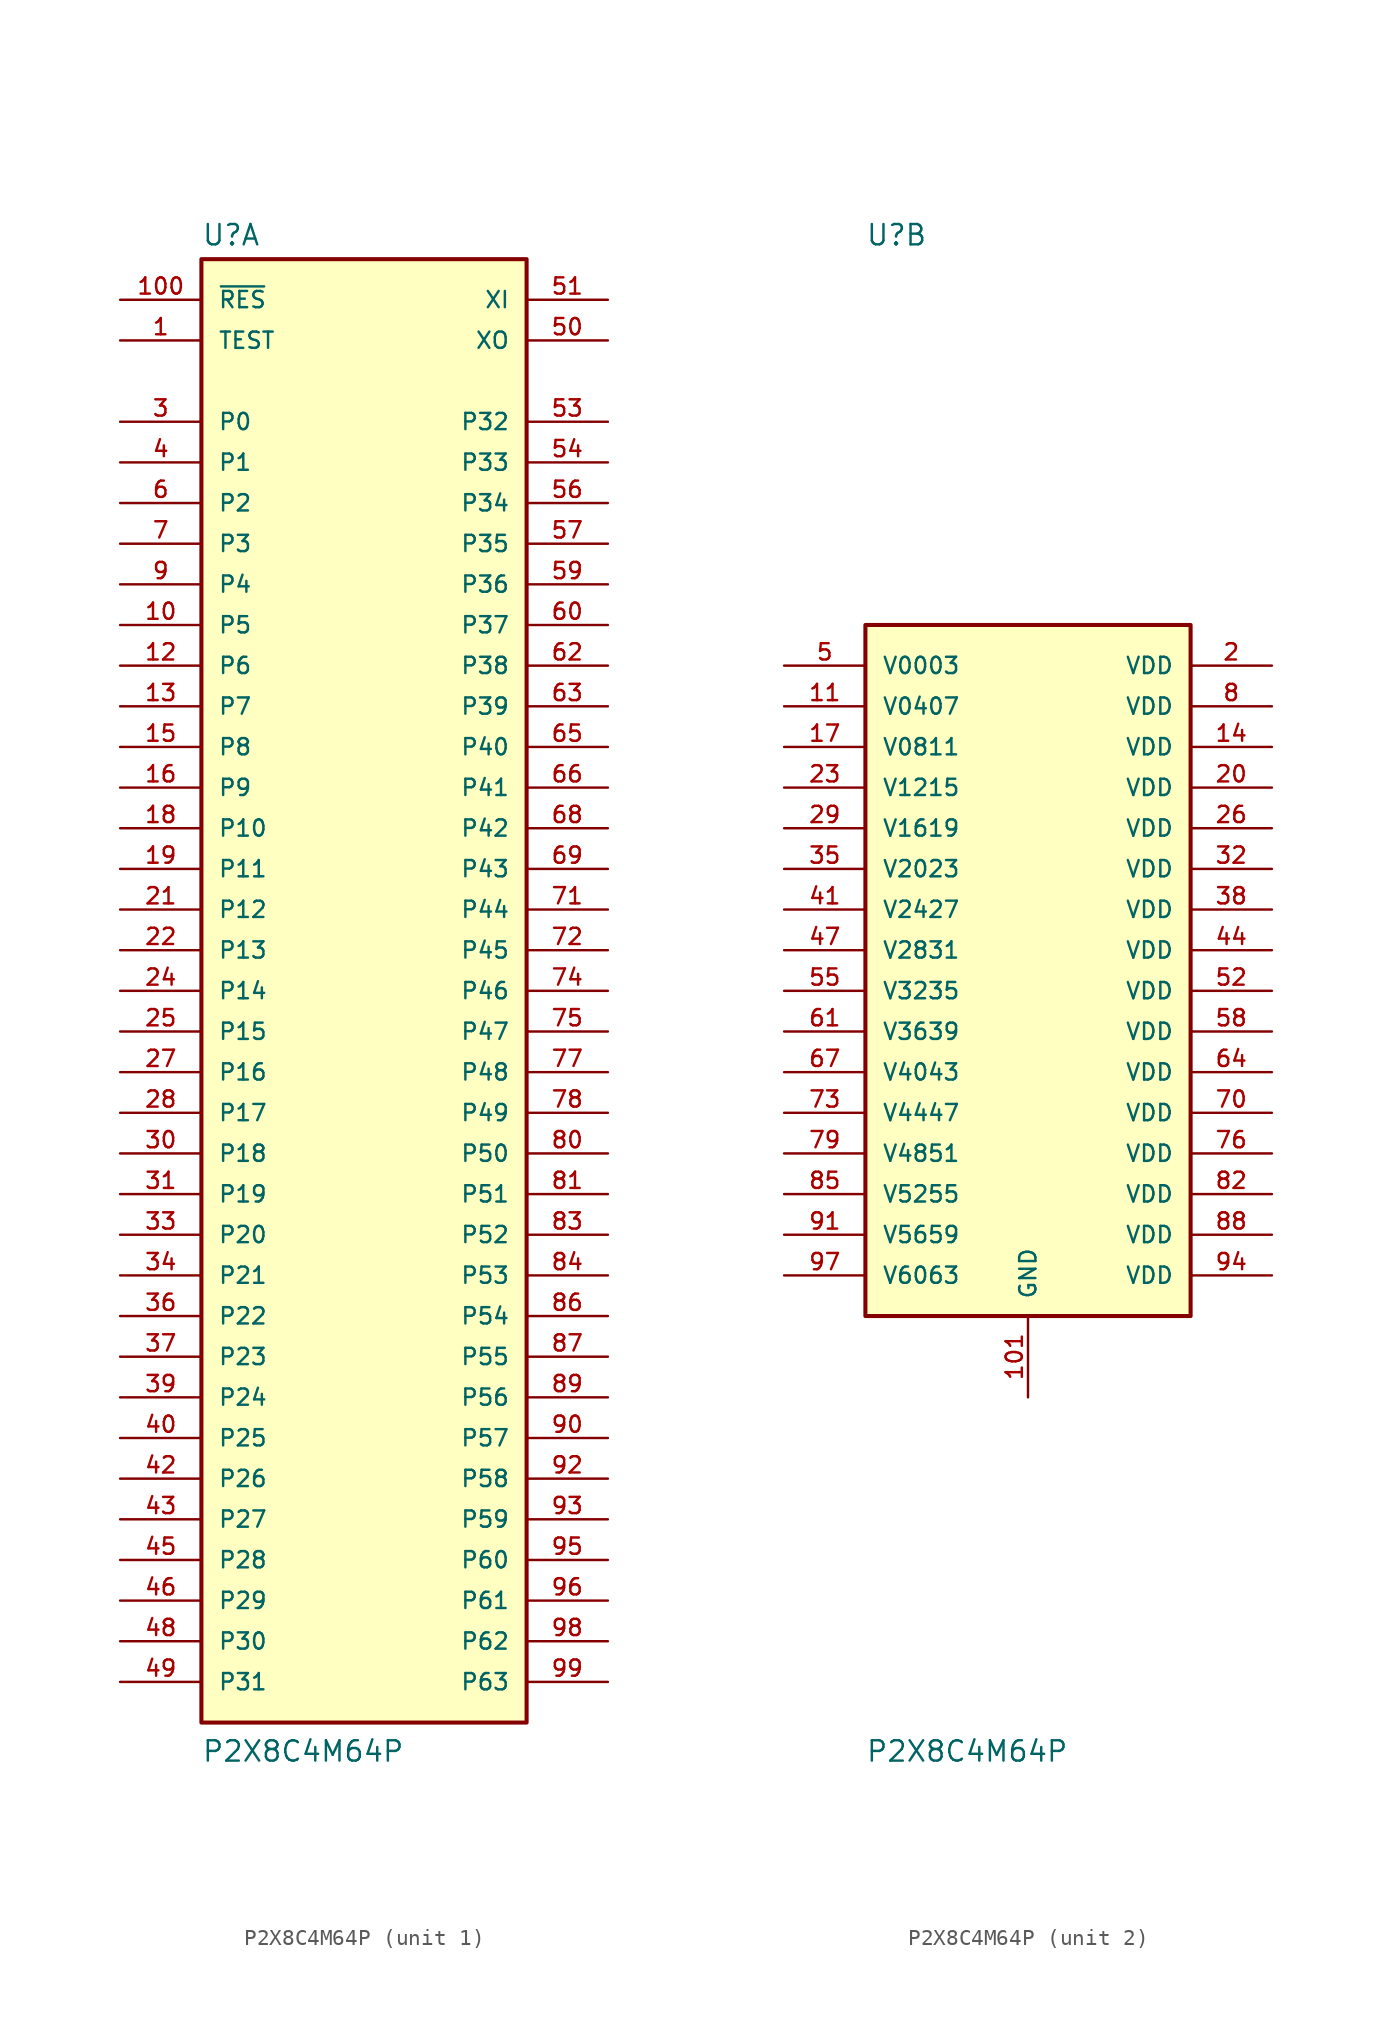
<source format=kicad_sym>
(kicad_symbol_lib
  (version 20241209)
  (generator "kicad_symbol_editor")
  (generator_version "9.0")
  (symbol "P2X8C4M64P"
    (pin_names
      (offset 1.016))
    (property "Reference" "U"
      (at -10.16 46.482 0)
      (effects (font (size 1.27 1.27)) (justify left bottom)))
    (property "Value" "P2X8C4M64P"
      (at -10.16 -48.26 0)
      (effects (font (size 1.27 1.27)) (justify left bottom)))
    (symbol "P2X8C4M64P_1_0"
      (rectangle (start -10.16 -45.72) (end 10.16 45.72) (stroke (width 0.254) (type default)) (fill (type background)))
      (pin input line (at -15.24 43.18 0) (length 5.08) (name "~{RES}" (effects (font (size 1.016 1.016)))) (number "100" (effects (font (size 1.016 1.016)))))
      (pin input line (at -15.24 40.64 0) (length 5.08) (name "TEST" (effects (font (size 1.016 1.016)))) (number "1" (effects (font (size 1.016 1.016)))))
      (pin bidirectional line (at -15.24 35.56 0) (length 5.08) (name "P0" (effects (font (size 1.016 1.016)))) (number "3" (effects (font (size 1.016 1.016)))))
      (pin bidirectional line (at -15.24 33.02 0) (length 5.08) (name "P1" (effects (font (size 1.016 1.016)))) (number "4" (effects (font (size 1.016 1.016)))))
      (pin bidirectional line (at -15.24 30.48 0) (length 5.08) (name "P2" (effects (font (size 1.016 1.016)))) (number "6" (effects (font (size 1.016 1.016)))))
      (pin bidirectional line (at -15.24 27.94 0) (length 5.08) (name "P3" (effects (font (size 1.016 1.016)))) (number "7" (effects (font (size 1.016 1.016)))))
      (pin bidirectional line (at -15.24 25.4 0) (length 5.08) (name "P4" (effects (font (size 1.016 1.016)))) (number "9" (effects (font (size 1.016 1.016)))))
      (pin bidirectional line (at -15.24 22.86 0) (length 5.08) (name "P5" (effects (font (size 1.016 1.016)))) (number "10" (effects (font (size 1.016 1.016)))))
      (pin bidirectional line (at -15.24 20.32 0) (length 5.08) (name "P6" (effects (font (size 1.016 1.016)))) (number "12" (effects (font (size 1.016 1.016)))))
      (pin bidirectional line (at -15.24 17.78 0) (length 5.08) (name "P7" (effects (font (size 1.016 1.016)))) (number "13" (effects (font (size 1.016 1.016)))))
      (pin bidirectional line (at -15.24 15.24 0) (length 5.08) (name "P8" (effects (font (size 1.016 1.016)))) (number "15" (effects (font (size 1.016 1.016)))))
      (pin bidirectional line (at -15.24 12.7 0) (length 5.08) (name "P9" (effects (font (size 1.016 1.016)))) (number "16" (effects (font (size 1.016 1.016)))))
      (pin bidirectional line (at -15.24 10.16 0) (length 5.08) (name "P10" (effects (font (size 1.016 1.016)))) (number "18" (effects (font (size 1.016 1.016)))))
      (pin bidirectional line (at -15.24 7.62 0) (length 5.08) (name "P11" (effects (font (size 1.016 1.016)))) (number "19" (effects (font (size 1.016 1.016)))))
      (pin bidirectional line (at -15.24 5.08 0) (length 5.08) (name "P12" (effects (font (size 1.016 1.016)))) (number "21" (effects (font (size 1.016 1.016)))))
      (pin bidirectional line (at -15.24 2.54 0) (length 5.08) (name "P13" (effects (font (size 1.016 1.016)))) (number "22" (effects (font (size 1.016 1.016)))))
      (pin bidirectional line (at -15.24 0 0) (length 5.08) (name "P14" (effects (font (size 1.016 1.016)))) (number "24" (effects (font (size 1.016 1.016)))))
      (pin bidirectional line (at -15.24 -2.54 0) (length 5.08) (name "P15" (effects (font (size 1.016 1.016)))) (number "25" (effects (font (size 1.016 1.016)))))
      (pin bidirectional line (at -15.24 -5.08 0) (length 5.08) (name "P16" (effects (font (size 1.016 1.016)))) (number "27" (effects (font (size 1.016 1.016)))))
      (pin bidirectional line (at -15.24 -7.62 0) (length 5.08) (name "P17" (effects (font (size 1.016 1.016)))) (number "28" (effects (font (size 1.016 1.016)))))
      (pin bidirectional line (at -15.24 -10.16 0) (length 5.08) (name "P18" (effects (font (size 1.016 1.016)))) (number "30" (effects (font (size 1.016 1.016)))))
      (pin bidirectional line (at -15.24 -12.7 0) (length 5.08) (name "P19" (effects (font (size 1.016 1.016)))) (number "31" (effects (font (size 1.016 1.016)))))
      (pin bidirectional line (at -15.24 -15.24 0) (length 5.08) (name "P20" (effects (font (size 1.016 1.016)))) (number "33" (effects (font (size 1.016 1.016)))))
      (pin bidirectional line (at -15.24 -17.78 0) (length 5.08) (name "P21" (effects (font (size 1.016 1.016)))) (number "34" (effects (font (size 1.016 1.016)))))
      (pin bidirectional line (at -15.24 -20.32 0) (length 5.08) (name "P22" (effects (font (size 1.016 1.016)))) (number "36" (effects (font (size 1.016 1.016)))))
      (pin bidirectional line (at -15.24 -22.86 0) (length 5.08) (name "P23" (effects (font (size 1.016 1.016)))) (number "37" (effects (font (size 1.016 1.016)))))
      (pin bidirectional line (at -15.24 -25.4 0) (length 5.08) (name "P24" (effects (font (size 1.016 1.016)))) (number "39" (effects (font (size 1.016 1.016)))))
      (pin bidirectional line (at -15.24 -27.94 0) (length 5.08) (name "P25" (effects (font (size 1.016 1.016)))) (number "40" (effects (font (size 1.016 1.016)))))
      (pin bidirectional line (at -15.24 -30.48 0) (length 5.08) (name "P26" (effects (font (size 1.016 1.016)))) (number "42" (effects (font (size 1.016 1.016)))))
      (pin bidirectional line (at -15.24 -33.02 0) (length 5.08) (name "P27" (effects (font (size 1.016 1.016)))) (number "43" (effects (font (size 1.016 1.016)))))
      (pin bidirectional line (at -15.24 -35.56 0) (length 5.08) (name "P28" (effects (font (size 1.016 1.016)))) (number "45" (effects (font (size 1.016 1.016)))))
      (pin bidirectional line (at -15.24 -38.1 0) (length 5.08) (name "P29" (effects (font (size 1.016 1.016)))) (number "46" (effects (font (size 1.016 1.016)))))
      (pin bidirectional line (at -15.24 -40.64 0) (length 5.08) (name "P30" (effects (font (size 1.016 1.016)))) (number "48" (effects (font (size 1.016 1.016)))))
      (pin bidirectional line (at -15.24 -43.18 0) (length 5.08) (name "P31" (effects (font (size 1.016 1.016)))) (number "49" (effects (font (size 1.016 1.016)))))
      (pin input line (at 15.24 43.18 180) (length 5.08) (name "XI" (effects (font (size 1.016 1.016)))) (number "51" (effects (font (size 1.016 1.016)))))
      (pin output line (at 15.24 40.64 180) (length 5.08) (name "XO" (effects (font (size 1.016 1.016)))) (number "50" (effects (font (size 1.016 1.016)))))
      (pin bidirectional line (at 15.24 35.56 180) (length 5.08) (name "P32" (effects (font (size 1.016 1.016)))) (number "53" (effects (font (size 1.016 1.016)))))
      (pin bidirectional line (at 15.24 33.02 180) (length 5.08) (name "P33" (effects (font (size 1.016 1.016)))) (number "54" (effects (font (size 1.016 1.016)))))
      (pin bidirectional line (at 15.24 30.48 180) (length 5.08) (name "P34" (effects (font (size 1.016 1.016)))) (number "56" (effects (font (size 1.016 1.016)))))
      (pin bidirectional line (at 15.24 27.94 180) (length 5.08) (name "P35" (effects (font (size 1.016 1.016)))) (number "57" (effects (font (size 1.016 1.016)))))
      (pin bidirectional line (at 15.24 25.4 180) (length 5.08) (name "P36" (effects (font (size 1.016 1.016)))) (number "59" (effects (font (size 1.016 1.016)))))
      (pin bidirectional line (at 15.24 22.86 180) (length 5.08) (name "P37" (effects (font (size 1.016 1.016)))) (number "60" (effects (font (size 1.016 1.016)))))
      (pin bidirectional line (at 15.24 20.32 180) (length 5.08) (name "P38" (effects (font (size 1.016 1.016)))) (number "62" (effects (font (size 1.016 1.016)))))
      (pin bidirectional line (at 15.24 17.78 180) (length 5.08) (name "P39" (effects (font (size 1.016 1.016)))) (number "63" (effects (font (size 1.016 1.016)))))
      (pin bidirectional line (at 15.24 15.24 180) (length 5.08) (name "P40" (effects (font (size 1.016 1.016)))) (number "65" (effects (font (size 1.016 1.016)))))
      (pin bidirectional line (at 15.24 12.7 180) (length 5.08) (name "P41" (effects (font (size 1.016 1.016)))) (number "66" (effects (font (size 1.016 1.016)))))
      (pin bidirectional line (at 15.24 10.16 180) (length 5.08) (name "P42" (effects (font (size 1.016 1.016)))) (number "68" (effects (font (size 1.016 1.016)))))
      (pin bidirectional line (at 15.24 7.62 180) (length 5.08) (name "P43" (effects (font (size 1.016 1.016)))) (number "69" (effects (font (size 1.016 1.016)))))
      (pin bidirectional line (at 15.24 5.08 180) (length 5.08) (name "P44" (effects (font (size 1.016 1.016)))) (number "71" (effects (font (size 1.016 1.016)))))
      (pin bidirectional line (at 15.24 2.54 180) (length 5.08) (name "P45" (effects (font (size 1.016 1.016)))) (number "72" (effects (font (size 1.016 1.016)))))
      (pin bidirectional line (at 15.24 0 180) (length 5.08) (name "P46" (effects (font (size 1.016 1.016)))) (number "74" (effects (font (size 1.016 1.016)))))
      (pin bidirectional line (at 15.24 -2.54 180) (length 5.08) (name "P47" (effects (font (size 1.016 1.016)))) (number "75" (effects (font (size 1.016 1.016)))))
      (pin bidirectional line (at 15.24 -5.08 180) (length 5.08) (name "P48" (effects (font (size 1.016 1.016)))) (number "77" (effects (font (size 1.016 1.016)))))
      (pin bidirectional line (at 15.24 -7.62 180) (length 5.08) (name "P49" (effects (font (size 1.016 1.016)))) (number "78" (effects (font (size 1.016 1.016)))))
      (pin bidirectional line (at 15.24 -10.16 180) (length 5.08) (name "P50" (effects (font (size 1.016 1.016)))) (number "80" (effects (font (size 1.016 1.016)))))
      (pin bidirectional line (at 15.24 -12.7 180) (length 5.08) (name "P51" (effects (font (size 1.016 1.016)))) (number "81" (effects (font (size 1.016 1.016)))))
      (pin bidirectional line (at 15.24 -15.24 180) (length 5.08) (name "P52" (effects (font (size 1.016 1.016)))) (number "83" (effects (font (size 1.016 1.016)))))
      (pin bidirectional line (at 15.24 -17.78 180) (length 5.08) (name "P53" (effects (font (size 1.016 1.016)))) (number "84" (effects (font (size 1.016 1.016)))))
      (pin bidirectional line (at 15.24 -20.32 180) (length 5.08) (name "P54" (effects (font (size 1.016 1.016)))) (number "86" (effects (font (size 1.016 1.016)))))
      (pin bidirectional line (at 15.24 -22.86 180) (length 5.08) (name "P55" (effects (font (size 1.016 1.016)))) (number "87" (effects (font (size 1.016 1.016)))))
      (pin bidirectional line (at 15.24 -25.4 180) (length 5.08) (name "P56" (effects (font (size 1.016 1.016)))) (number "89" (effects (font (size 1.016 1.016)))))
      (pin bidirectional line (at 15.24 -27.94 180) (length 5.08) (name "P57" (effects (font (size 1.016 1.016)))) (number "90" (effects (font (size 1.016 1.016)))))
      (pin bidirectional line (at 15.24 -30.48 180) (length 5.08) (name "P58" (effects (font (size 1.016 1.016)))) (number "92" (effects (font (size 1.016 1.016)))))
      (pin bidirectional line (at 15.24 -33.02 180) (length 5.08) (name "P59" (effects (font (size 1.016 1.016)))) (number "93" (effects (font (size 1.016 1.016)))))
      (pin bidirectional line (at 15.24 -35.56 180) (length 5.08) (name "P60" (effects (font (size 1.016 1.016)))) (number "95" (effects (font (size 1.016 1.016)))))
      (pin bidirectional line (at 15.24 -38.1 180) (length 5.08) (name "P61" (effects (font (size 1.016 1.016)))) (number "96" (effects (font (size 1.016 1.016)))))
      (pin bidirectional line (at 15.24 -40.64 180) (length 5.08) (name "P62" (effects (font (size 1.016 1.016)))) (number "98" (effects (font (size 1.016 1.016)))))
      (pin bidirectional line (at 15.24 -43.18 180) (length 5.08) (name "P63" (effects (font (size 1.016 1.016)))) (number "99" (effects (font (size 1.016 1.016))))))
    (symbol "P2X8C4M64P_2_0"
      (rectangle (start -10.16 22.86) (end 10.16 -20.32) (stroke (width 0.254) (type default)) (fill (type background)))
      (pin power_in line (at -15.24 20.32 0) (length 5.08) (name "V0003" (effects (font (size 1.016 1.016)))) (number "5" (effects (font (size 1.016 1.016)))))
      (pin power_in line (at -15.24 17.78 0) (length 5.08) (name "V0407" (effects (font (size 1.016 1.016)))) (number "11" (effects (font (size 1.016 1.016)))))
      (pin power_in line (at -15.24 15.24 0) (length 5.08) (name "V0811" (effects (font (size 1.016 1.016)))) (number "17" (effects (font (size 1.016 1.016)))))
      (pin power_in line (at -15.24 12.7 0) (length 5.08) (name "V1215" (effects (font (size 1.016 1.016)))) (number "23" (effects (font (size 1.016 1.016)))))
      (pin power_in line (at -15.24 10.16 0) (length 5.08) (name "V1619" (effects (font (size 1.016 1.016)))) (number "29" (effects (font (size 1.016 1.016)))))
      (pin power_in line (at -15.24 7.62 0) (length 5.08) (name "V2023" (effects (font (size 1.016 1.016)))) (number "35" (effects (font (size 1.016 1.016)))))
      (pin power_in line (at -15.24 5.08 0) (length 5.08) (name "V2427" (effects (font (size 1.016 1.016)))) (number "41" (effects (font (size 1.016 1.016)))))
      (pin power_in line (at -15.24 2.54 0) (length 5.08) (name "V2831" (effects (font (size 1.016 1.016)))) (number "47" (effects (font (size 1.016 1.016)))))
      (pin power_in line (at -15.24 0 0) (length 5.08) (name "V3235" (effects (font (size 1.016 1.016)))) (number "55" (effects (font (size 1.016 1.016)))))
      (pin power_in line (at -15.24 -2.54 0) (length 5.08) (name "V3639" (effects (font (size 1.016 1.016)))) (number "61" (effects (font (size 1.016 1.016)))))
      (pin power_in line (at -15.24 -5.08 0) (length 5.08) (name "V4043" (effects (font (size 1.016 1.016)))) (number "67" (effects (font (size 1.016 1.016)))))
      (pin power_in line (at -15.24 -7.62 0) (length 5.08) (name "V4447" (effects (font (size 1.016 1.016)))) (number "73" (effects (font (size 1.016 1.016)))))
      (pin power_in line (at -15.24 -10.16 0) (length 5.08) (name "V4851" (effects (font (size 1.016 1.016)))) (number "79" (effects (font (size 1.016 1.016)))))
      (pin power_in line (at -15.24 -12.7 0) (length 5.08) (name "V5255" (effects (font (size 1.016 1.016)))) (number "85" (effects (font (size 1.016 1.016)))))
      (pin power_in line (at -15.24 -15.24 0) (length 5.08) (name "V5659" (effects (font (size 1.016 1.016)))) (number "91" (effects (font (size 1.016 1.016)))))
      (pin power_in line (at -15.24 -17.78 0) (length 5.08) (name "V6063" (effects (font (size 1.016 1.016)))) (number "97" (effects (font (size 1.016 1.016)))))
      (pin power_in line (at 0 -25.4 90) (length 5.08) (name "GND" (effects (font (size 1.016 1.016)))) (number "101" (effects (font (size 1.016 1.016)))))
      (pin power_in line (at 15.24 20.32 180) (length 5.08) (name "VDD" (effects (font (size 1.016 1.016)))) (number "2" (effects (font (size 1.016 1.016)))))
      (pin power_in line (at 15.24 17.78 180) (length 5.08) (name "VDD" (effects (font (size 1.016 1.016)))) (number "8" (effects (font (size 1.016 1.016)))))
      (pin power_in line (at 15.24 15.24 180) (length 5.08) (name "VDD" (effects (font (size 1.016 1.016)))) (number "14" (effects (font (size 1.016 1.016)))))
      (pin power_in line (at 15.24 12.7 180) (length 5.08) (name "VDD" (effects (font (size 1.016 1.016)))) (number "20" (effects (font (size 1.016 1.016)))))
      (pin power_in line (at 15.24 10.16 180) (length 5.08) (name "VDD" (effects (font (size 1.016 1.016)))) (number "26" (effects (font (size 1.016 1.016)))))
      (pin power_in line (at 15.24 7.62 180) (length 5.08) (name "VDD" (effects (font (size 1.016 1.016)))) (number "32" (effects (font (size 1.016 1.016)))))
      (pin power_in line (at 15.24 5.08 180) (length 5.08) (name "VDD" (effects (font (size 1.016 1.016)))) (number "38" (effects (font (size 1.016 1.016)))))
      (pin power_in line (at 15.24 2.54 180) (length 5.08) (name "VDD" (effects (font (size 1.016 1.016)))) (number "44" (effects (font (size 1.016 1.016)))))
      (pin power_in line (at 15.24 0 180) (length 5.08) (name "VDD" (effects (font (size 1.016 1.016)))) (number "52" (effects (font (size 1.016 1.016)))))
      (pin power_in line (at 15.24 -2.54 180) (length 5.08) (name "VDD" (effects (font (size 1.016 1.016)))) (number "58" (effects (font (size 1.016 1.016)))))
      (pin power_in line (at 15.24 -5.08 180) (length 5.08) (name "VDD" (effects (font (size 1.016 1.016)))) (number "64" (effects (font (size 1.016 1.016)))))
      (pin power_in line (at 15.24 -7.62 180) (length 5.08) (name "VDD" (effects (font (size 1.016 1.016)))) (number "70" (effects (font (size 1.016 1.016)))))
      (pin power_in line (at 15.24 -10.16 180) (length 5.08) (name "VDD" (effects (font (size 1.016 1.016)))) (number "76" (effects (font (size 1.016 1.016)))))
      (pin power_in line (at 15.24 -12.7 180) (length 5.08) (name "VDD" (effects (font (size 1.016 1.016)))) (number "82" (effects (font (size 1.016 1.016)))))
      (pin power_in line (at 15.24 -15.24 180) (length 5.08) (name "VDD" (effects (font (size 1.016 1.016)))) (number "88" (effects (font (size 1.016 1.016)))))
      (pin power_in line (at 15.24 -17.78 180) (length 5.08) (name "VDD" (effects (font (size 1.016 1.016)))) (number "94" (effects (font (size 1.016 1.016))))))))
</source>
